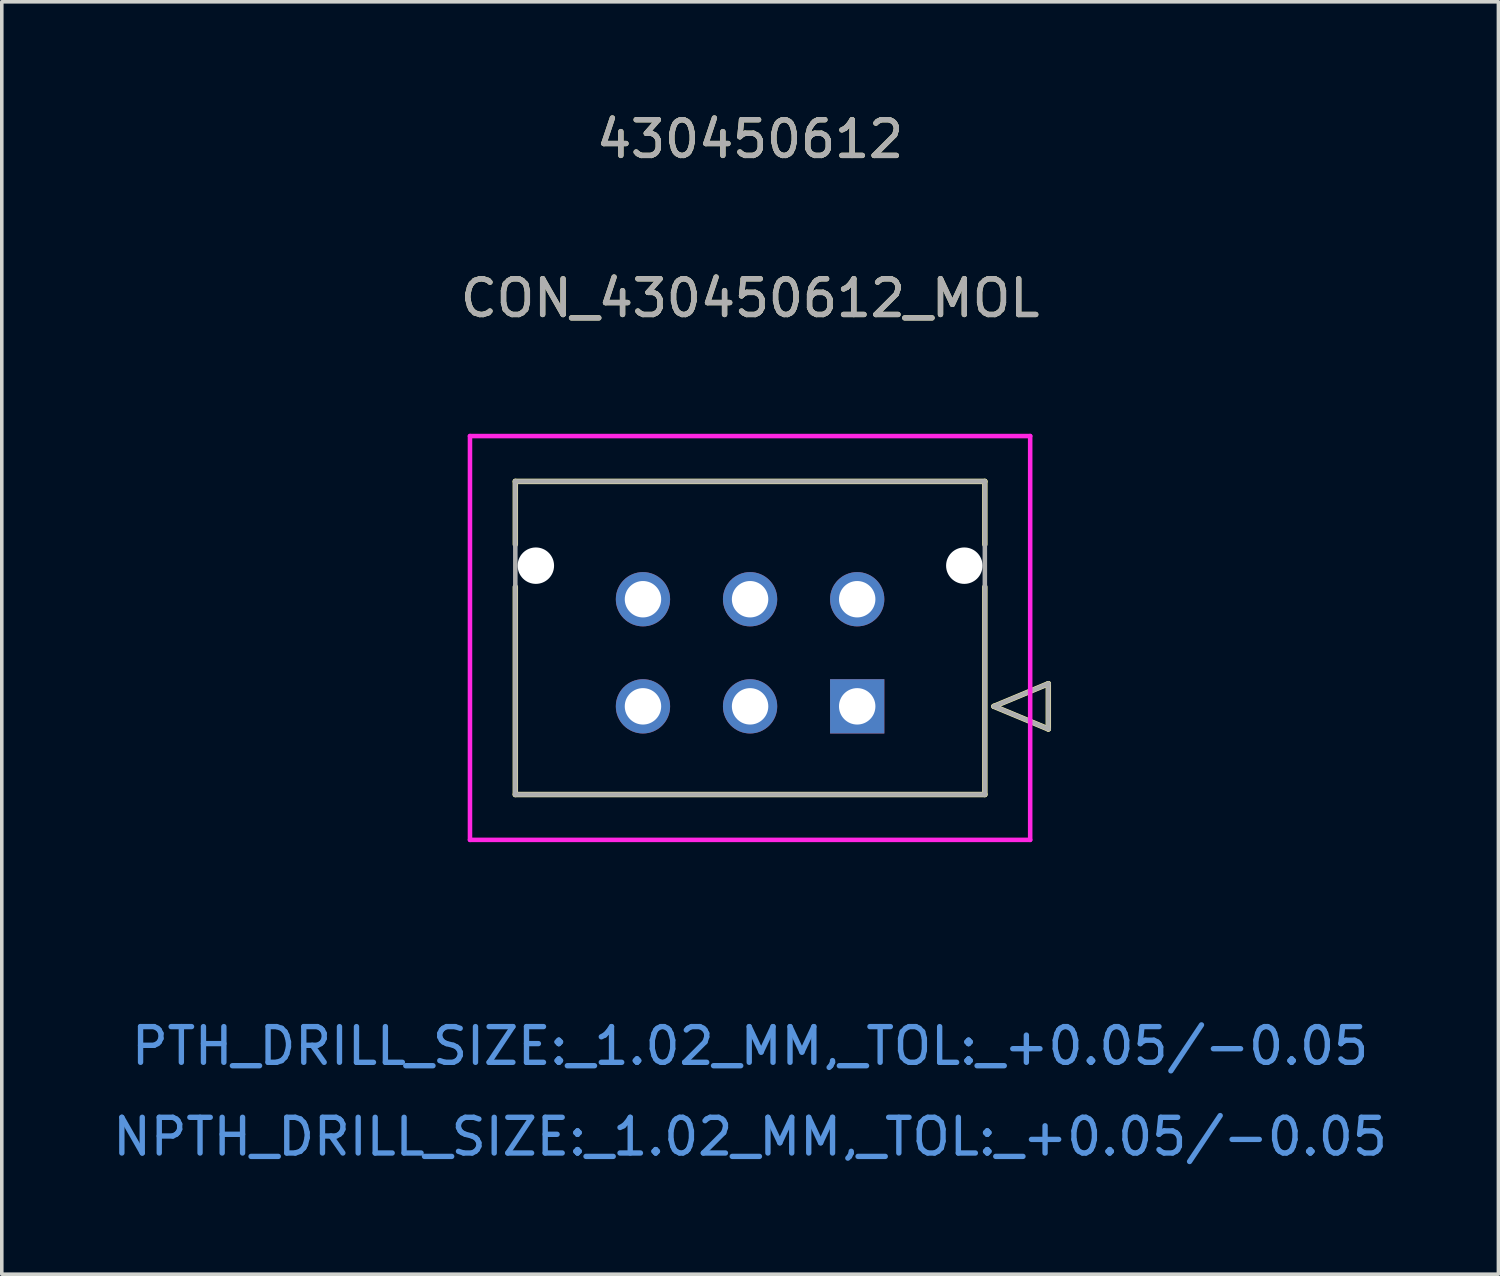
<source format=kicad_pcb>
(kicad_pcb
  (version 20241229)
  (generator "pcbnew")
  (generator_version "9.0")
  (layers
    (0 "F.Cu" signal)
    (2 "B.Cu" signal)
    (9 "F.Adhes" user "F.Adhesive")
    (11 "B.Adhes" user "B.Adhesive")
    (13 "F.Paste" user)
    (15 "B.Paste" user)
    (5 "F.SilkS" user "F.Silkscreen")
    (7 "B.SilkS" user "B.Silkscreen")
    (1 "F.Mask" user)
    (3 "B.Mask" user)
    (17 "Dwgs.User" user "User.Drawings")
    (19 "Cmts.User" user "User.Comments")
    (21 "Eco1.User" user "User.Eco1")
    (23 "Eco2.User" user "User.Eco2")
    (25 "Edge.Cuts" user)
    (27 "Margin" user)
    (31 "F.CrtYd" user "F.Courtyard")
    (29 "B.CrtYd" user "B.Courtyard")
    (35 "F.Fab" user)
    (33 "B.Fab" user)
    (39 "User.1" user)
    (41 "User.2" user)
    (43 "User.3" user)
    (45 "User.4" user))
  (footprint "CON_430450612_MOL"
    (layer "F.Cu")
    (at 20.958 16.733)
    (property "Reference" "CON_430450612_MOL" (at -3 -11.43 0) (unlocked yes) (layer "F.SilkS") (effects (font (size 1 1) (thickness 0.15))))
    (attr through_hole)
    (fp_line (start -9.575 -6.3) (end -9.575 -4.535) (stroke (width 0.152) (type solid)) (layer "F.SilkS"))
    (fp_line (start -9.575 -3.345) (end -9.575 2.47) (stroke (width 0.152) (type solid)) (layer "F.SilkS"))
    (fp_line (start -9.575 2.47) (end 3.575 2.47) (stroke (width 0.152) (type solid)) (layer "F.SilkS"))
    (fp_line (start 3.575 -6.3) (end -9.575 -6.3) (stroke (width 0.152) (type solid)) (layer "F.SilkS"))
    (fp_line (start 3.575 -4.535) (end 3.575 -6.3) (stroke (width 0.152) (type solid)) (layer "F.SilkS"))
    (fp_line (start 3.575 2.47) (end 3.575 -3.345) (stroke (width 0.152) (type solid)) (layer "F.SilkS"))
    (fp_line (start 3.829 0) (end 5.353 -0.635) (stroke (width 0.152) (type solid)) (layer "F.SilkS"))
    (fp_line (start 5.353 -0.635) (end 5.353 0.635) (stroke (width 0.152) (type solid)) (layer "F.SilkS"))
    (fp_line (start 5.353 0.635) (end 3.829 0) (stroke (width 0.152) (type solid)) (layer "F.SilkS"))
    (fp_line (start -10.845 -7.57) (end -10.845 3.74) (stroke (width 0.127) (type solid)) (layer "F.CrtYd"))
    (fp_line (start -10.845 3.74) (end 4.845 3.74) (stroke (width 0.127) (type solid)) (layer "F.CrtYd"))
    (fp_line (start 4.845 -7.57) (end -10.845 -7.57) (stroke (width 0.127) (type solid)) (layer "F.CrtYd"))
    (fp_line (start 4.845 3.74) (end 4.845 -7.57) (stroke (width 0.127) (type solid)) (layer "F.CrtYd"))
    (fp_line (start -9.575 -6.3) (end -9.575 2.47) (stroke (width 0.127) (type solid)) (layer "F.Fab"))
    (fp_line (start -9.575 2.47) (end 3.575 2.47) (stroke (width 0.127) (type solid)) (layer "F.Fab"))
    (fp_line (start 3.575 -6.3) (end -9.575 -6.3) (stroke (width 0.127) (type solid)) (layer "F.Fab"))
    (fp_line (start 3.575 2.47) (end 3.575 -6.3) (stroke (width 0.127) (type solid)) (layer "F.Fab"))
    (fp_line (start 3.829 0) (end 5.353 -0.635) (stroke (width 0.127) (type solid)) (layer "F.Fab"))
    (fp_line (start 5.353 -0.635) (end 5.353 0.635) (stroke (width 0.127) (type solid)) (layer "F.Fab"))
    (fp_line (start 5.353 0.635) (end 3.829 0) (stroke (width 0.127) (type solid)) (layer "F.Fab"))
    (fp_text user "430450612" (at -3 -15.885 0) (unlocked yes) (layer "F.SilkS") (effects (font (size 1 1) (thickness 0.15))))
    (fp_text user "PTH_DRILL_SIZE:_1.02_MM,_TOL:_+0.05/-0.05" (at -3 9.515 0) (unlocked yes) (layer "Cmts.User") (effects (font (size 1 1) (thickness 0.15))))
    (fp_text user "NPTH_DRILL_SIZE:_1.02_MM,_TOL:_+0.05/-0.05" (at -3 12.055 0) (unlocked yes) (layer "Cmts.User") (effects (font (size 1 1) (thickness 0.15))))
    (fp_text user "${REFERENCE}" (at -3 -11.43 0) (unlocked yes) (layer "F.Fab") (effects (font (size 1 1) (thickness 0.15))))
    (fp_text user "430450612" (at -3 -15.885 0) (unlocked yes) (layer "F.Fab") (effects (font (size 1 1) (thickness 0.15))))
    (pad "" np_thru_hole circle (at -9 -3.94) (size 1.02 1.02) (drill 1.02) (layers "*.Cu" "*.Mask"))
    (pad "" np_thru_hole circle (at 3 -3.94) (size 1.02 1.02) (drill 1.02) (layers "*.Cu" "*.Mask"))
    (pad "1" thru_hole rect (at 0 0) (size 1.52 1.52) (drill 1.02) (layers "*.Cu" "*.Mask"))
    (pad "2" thru_hole circle (at -3 0) (size 1.52 1.52) (drill 1.02) (layers "*.Cu" "*.Mask"))
    (pad "3" thru_hole circle (at -6 0) (size 1.52 1.52) (drill 1.02) (layers "*.Cu" "*.Mask"))
    (pad "4" thru_hole circle (at 0 -3) (size 1.52 1.52) (drill 1.02) (layers "*.Cu" "*.Mask"))
    (pad "5" thru_hole circle (at -3 -3) (size 1.52 1.52) (drill 1.02) (layers "*.Cu" "*.Mask"))
    (pad "6" thru_hole circle (at -6 -3) (size 1.52 1.52) (drill 1.02) (layers "*.Cu" "*.Mask")))
  (gr_rect
    (start -3 -3)
    (end 38.917 32.637)
    (stroke (width 0.1) (type default))
    (fill no)
    (layer "Edge.Cuts")))
</source>
